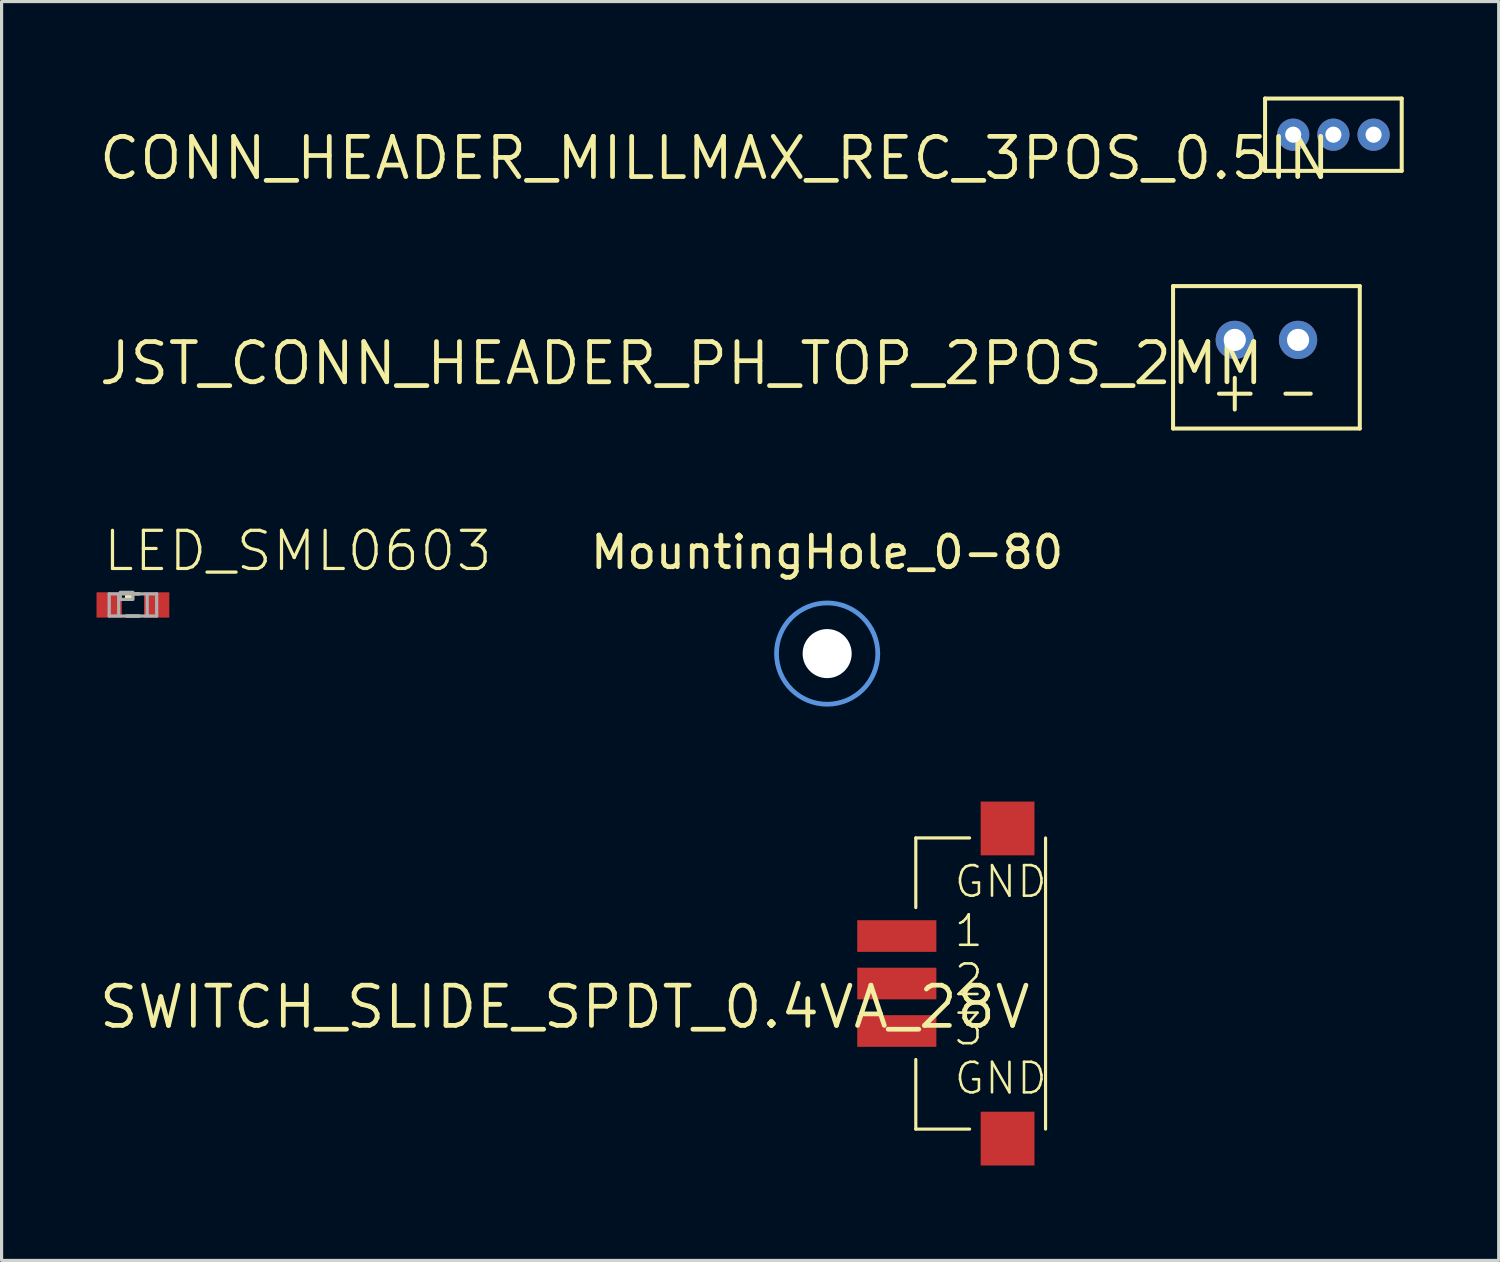
<source format=kicad_pcb>
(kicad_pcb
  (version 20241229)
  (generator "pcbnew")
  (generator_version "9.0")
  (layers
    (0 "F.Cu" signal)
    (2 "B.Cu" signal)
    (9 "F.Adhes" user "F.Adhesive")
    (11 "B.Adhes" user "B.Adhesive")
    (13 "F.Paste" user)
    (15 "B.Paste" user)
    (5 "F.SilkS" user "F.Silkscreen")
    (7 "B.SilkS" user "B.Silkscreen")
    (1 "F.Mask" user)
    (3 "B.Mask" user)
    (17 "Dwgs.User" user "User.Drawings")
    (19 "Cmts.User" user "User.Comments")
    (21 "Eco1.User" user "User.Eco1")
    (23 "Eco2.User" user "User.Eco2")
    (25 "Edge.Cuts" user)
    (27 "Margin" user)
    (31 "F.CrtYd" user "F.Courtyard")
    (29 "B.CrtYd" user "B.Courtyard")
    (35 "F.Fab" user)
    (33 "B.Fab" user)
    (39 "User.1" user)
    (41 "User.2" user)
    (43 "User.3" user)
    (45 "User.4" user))
  (footprint "SWITCH_SLIDE_SPDT_0.4VA_28V"
    (layer "F.Cu")
    (at 29.587 28.027)
    (property "Reference" "SWITCH_SLIDE_SPDT_0.4VA_28V" (at 0 0 0) (layer "F.SilkS") (effects (font (size 1.27 1.27) (thickness 0.15)) (justify right top)))
    (attr through_hole)
    (fp_line (start -3.7 -4.6) (end -2 -4.6) (stroke (width 0.1) (type solid)) (layer "F.SilkS"))
    (fp_line (start -3.7 -2.4) (end -3.7 -4.6) (stroke (width 0.1) (type solid)) (layer "F.SilkS"))
    (fp_line (start -3.7 4.6) (end -3.7 2.4) (stroke (width 0.1) (type solid)) (layer "F.SilkS"))
    (fp_line (start -2 4.6) (end -3.7 4.6) (stroke (width 0.1) (type solid)) (layer "F.SilkS"))
    (fp_line (start 0.4 -4.6) (end 0.4 4.6) (stroke (width 0.1) (type solid)) (layer "F.SilkS"))
    (fp_text user "GND\n1\n2\n3\nGND" (at -2.54 3.56 0) (layer "F.SilkS") (effects (font (size 0.965 0.965) (thickness 0.081)) (justify left bottom)))
    (pad "1" smd rect (at -4.3 -1.5 180) (size 2.5 1) (layers "F.Cu" "F.Mask" "F.Paste"))
    (pad "2" smd rect (at -4.3 0 180) (size 2.5 1) (layers "F.Cu" "F.Mask" "F.Paste"))
    (pad "3" smd rect (at -4.3 1.5 180) (size 2.5 1) (layers "F.Cu" "F.Mask" "F.Paste"))
    (pad "GND1" smd rect (at -0.8 -4.9 180) (size 1.7 1.7) (layers "F.Cu" "F.Mask" "F.Paste"))
    (pad "GND2" smd rect (at -0.8 4.9 180) (size 1.7 1.7) (layers "F.Cu" "F.Mask" "F.Paste")))
  (footprint "LED_SML0603"
    (layer "F.Cu")
    (at 1.15 16.065)
    (property "Reference" "LED_SML0603" (at -1 -1 0) (layer "F.SilkS") (effects (font (size 1.206 1.206) (thickness 0.102)) (justify left bottom)))
    (attr through_hole)
    (fp_line (start -0.2 -0.35) (end 0.2 -0.35) (stroke (width 0.102) (type solid)) (layer "F.SilkS"))
    (fp_line (start -0.2 0.35) (end 0.2 0.35) (stroke (width 0.102) (type solid)) (layer "F.SilkS"))
    (fp_poly (pts (xy -0.25 -0.175) (xy 0 -0.175) (xy 0 -0.4) (xy -0.25 -0.4)) (stroke (width 0) (type solid)) (fill yes) (layer "F.SilkS"))
    (fp_line (start -0.75 -0.35) (end 0.75 -0.35) (stroke (width 0.102) (type solid)) (layer "F.Fab"))
    (fp_line (start -0.75 0.35) (end -0.75 -0.35) (stroke (width 0.102) (type solid)) (layer "F.Fab"))
    (fp_line (start -0.45 -0.3) (end -0.45 0.3) (stroke (width 0.102) (type solid)) (layer "F.Fab"))
    (fp_line (start 0.45 -0.3) (end 0.45 0.3) (stroke (width 0.102) (type solid)) (layer "F.Fab"))
    (fp_line (start 0.75 -0.35) (end 0.75 0.35) (stroke (width 0.102) (type solid)) (layer "F.Fab"))
    (fp_line (start 0.75 0.35) (end -0.75 0.35) (stroke (width 0.102) (type solid)) (layer "F.Fab"))
    (fp_poly (pts (xy -0.4 -0.175) (xy 0 -0.175) (xy 0 -0.4) (xy -0.4 -0.4)) (stroke (width 0.1) (type solid)) (fill no) (layer "F.Fab"))
    (pad "A" smd rect (at 0.75 0) (size 0.8 0.8) (layers "F.Cu" "F.Mask" "F.Paste"))
    (pad "C" smd rect (at -0.75 0) (size 0.8 0.8) (layers "F.Cu" "F.Mask" "F.Paste")))
  (footprint "JST_CONN_HEADER_PH_TOP_2POS_2MM"
    (layer "F.Cu")
    (at 36.966 7.69)
    (property "Reference" "JST_CONN_HEADER_PH_TOP_2POS_2MM" (at 0 0 0) (layer "F.SilkS") (effects (font (size 1.27 1.27) (thickness 0.15)) (justify right top)))
    (attr through_hole)
    (fp_line (start -2.95 -1.7) (end 2.95 -1.7) (stroke (width 0.127) (type solid)) (layer "F.SilkS"))
    (fp_line (start -2.95 2.8) (end -2.95 -1.7) (stroke (width 0.127) (type solid)) (layer "F.SilkS"))
    (fp_line (start -1.5 1.7) (end -0.5 1.7) (stroke (width 0.127) (type solid)) (layer "F.SilkS"))
    (fp_line (start -1 1.2) (end -1 2.2) (stroke (width 0.127) (type solid)) (layer "F.SilkS"))
    (fp_line (start 0.6 1.7) (end 1.4 1.7) (stroke (width 0.127) (type solid)) (layer "F.SilkS"))
    (fp_line (start 2.95 -1.7) (end 2.95 2.8) (stroke (width 0.127) (type solid)) (layer "F.SilkS"))
    (fp_line (start 2.95 2.8) (end -2.95 2.8) (stroke (width 0.127) (type solid)) (layer "F.SilkS"))
    (pad "GND" thru_hole circle (at 1 0) (size 1.208 1.208) (drill 0.7) (layers "*.Cu" "*.Mask"))
    (pad "PWR" thru_hole circle (at -1 0) (size 1.208 1.208) (drill 0.7) (layers "*.Cu" "*.Mask")))
  (footprint "MountingHole_0-80"
    (layer "F.Cu")
    (at 23.086 17.602)
    (property "Reference" "MountingHole_0-80" (at 0 -3.2 0) (layer "F.SilkS") (effects (font (size 1 1) (thickness 0.15))))
    (attr through_hole)
    (fp_circle (center 0 0) (end 1.6 0) (stroke (width 0.15) (type solid)) (fill no) (layer "Cmts.User"))
    (fp_circle (center 0 0) (end 1.6 0) (stroke (width 0.05) (type solid)) (fill no) (layer "F.CrtYd"))
    (pad "" np_thru_hole circle (at 0 0) (size 1.55 1.55) (drill 1.55) (layers "*.Cu" "*.Mask")))
  (footprint "CONN_HEADER_MILLMAX_REC_3POS_0.5IN"
    (layer "F.Cu")
    (at 39.082 1.206)
    (property "Reference" "CONN_HEADER_MILLMAX_REC_3POS_0.5IN" (at 0 0 0) (layer "F.SilkS") (effects (font (size 1.27 1.27) (thickness 0.15)) (justify right top)))
    (attr through_hole)
    (fp_line (start -2.159 -1.143) (end -2.159 1.143) (stroke (width 0.127) (type solid)) (layer "F.SilkS"))
    (fp_line (start -2.159 1.143) (end 2.159 1.143) (stroke (width 0.127) (type solid)) (layer "F.SilkS"))
    (fp_line (start 2.159 -1.143) (end -2.159 -1.143) (stroke (width 0.127) (type solid)) (layer "F.SilkS"))
    (fp_line (start 2.159 1.143) (end 2.159 -1.143) (stroke (width 0.127) (type solid)) (layer "F.SilkS"))
    (pad "1" thru_hole circle (at -1.27 0) (size 1.016 1.016) (drill 0.508) (layers "*.Cu" "*.Mask"))
    (pad "2" thru_hole circle (at 0 0) (size 1.016 1.016) (drill 0.508) (layers "*.Cu" "*.Mask"))
    (pad "3" thru_hole circle (at 1.27 0) (size 1.016 1.016) (drill 0.508) (layers "*.Cu" "*.Mask")))
  (gr_rect
    (start -3 -3)
    (end 44.305 36.777)
    (stroke (width 0.1) (type default))
    (fill no)
    (layer "Edge.Cuts")))
</source>
